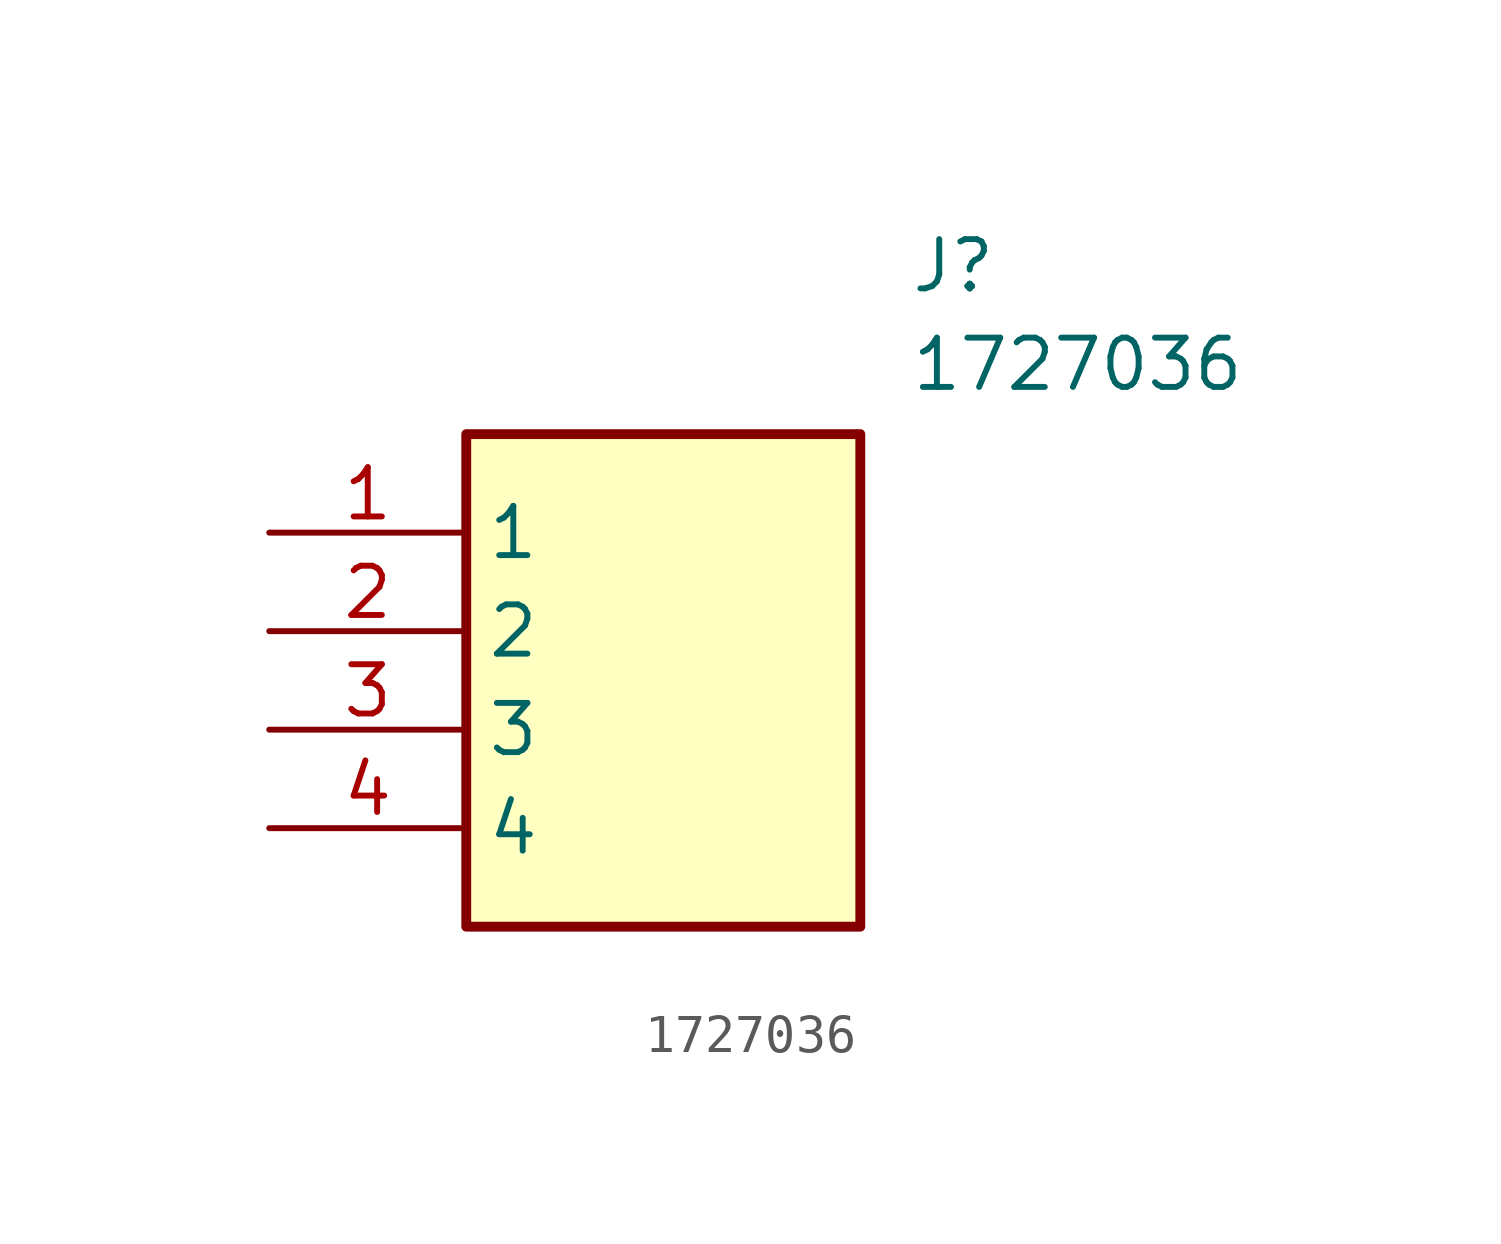
<source format=kicad_sym>
(kicad_symbol_lib
  (version 20211014)
  (generator SamacSys_ECAD_Model)
  (symbol "1727036"
    (property "Reference" "J"
      (at 16.51 7.62 0)
      (effects (font (size 1.27 1.27)) (justify left top)))
    (property "Value" "1727036"
      (at 16.51 5.08 0)
      (effects (font (size 1.27 1.27)) (justify left top)))
    (rectangle
      (start 5.08 2.54)
      (end 15.24 -10.16)
      (stroke (width 0.254) (type default))
      (fill (type background)))
    (pin passive line
      (at 0 0 0)
      (length 5.08)
      (name "1" (effects (font (size 1.27 1.27))))
      (number "1" (effects (font (size 1.27 1.27)))))
    (pin passive line
      (at 0 -2.54 0)
      (length 5.08)
      (name "2" (effects (font (size 1.27 1.27))))
      (number "2" (effects (font (size 1.27 1.27)))))
    (pin passive line
      (at 0 -5.08 0)
      (length 5.08)
      (name "3" (effects (font (size 1.27 1.27))))
      (number "3" (effects (font (size 1.27 1.27)))))
    (pin passive line
      (at 0 -7.62 0)
      (length 5.08)
      (name "4" (effects (font (size 1.27 1.27))))
      (number "4" (effects (font (size 1.27 1.27)))))))
</source>
